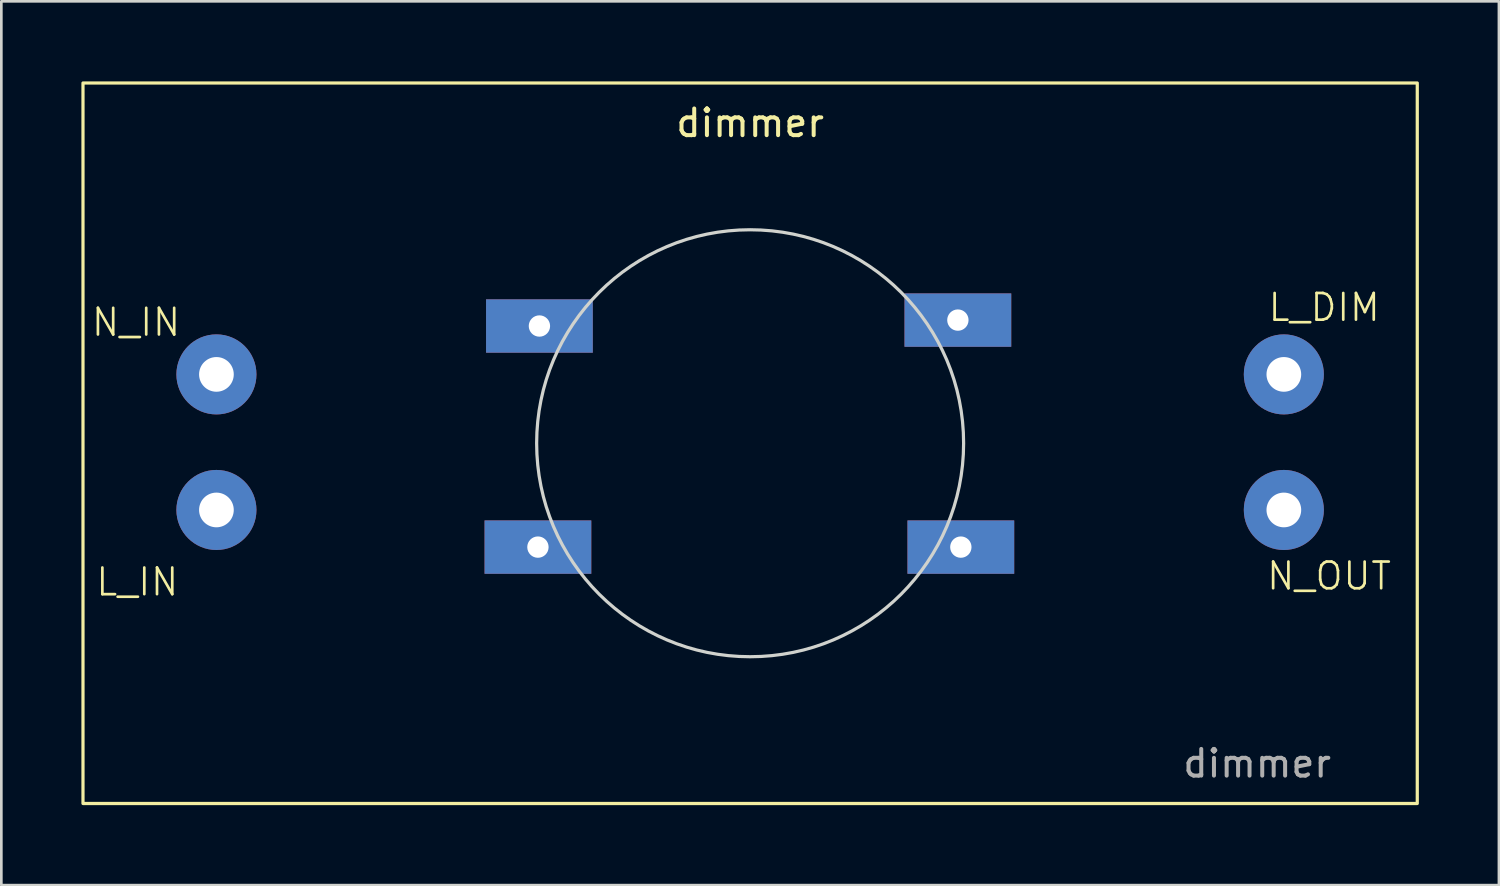
<source format=kicad_pcb>
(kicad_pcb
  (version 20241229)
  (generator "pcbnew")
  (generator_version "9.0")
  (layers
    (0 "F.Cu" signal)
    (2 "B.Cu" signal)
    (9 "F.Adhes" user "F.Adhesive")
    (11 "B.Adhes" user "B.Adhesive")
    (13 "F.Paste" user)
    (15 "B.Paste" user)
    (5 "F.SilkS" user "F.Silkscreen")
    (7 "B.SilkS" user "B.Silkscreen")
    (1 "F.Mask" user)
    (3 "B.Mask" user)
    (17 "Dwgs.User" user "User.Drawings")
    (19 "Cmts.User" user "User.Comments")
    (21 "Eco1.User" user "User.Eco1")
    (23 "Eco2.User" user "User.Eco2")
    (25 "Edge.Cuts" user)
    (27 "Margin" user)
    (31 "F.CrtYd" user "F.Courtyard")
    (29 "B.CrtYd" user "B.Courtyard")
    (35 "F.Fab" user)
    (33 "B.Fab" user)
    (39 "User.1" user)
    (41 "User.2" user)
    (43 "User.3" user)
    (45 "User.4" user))
  (footprint "dimmer"
    (layer "F.Cu")
    (at 25.06 13.56)
    (property "Reference" "dimmer" (at 0 -12 0) (unlocked yes) (layer "F.SilkS") (effects (font (size 1 1) (thickness 0.15))))
    (attr through_hole)
    (fp_rect (start -25 -13.5) (end 25 13.5) (stroke (width 0.12) (type default)) (fill no) (layer "F.SilkS"))
    (fp_circle (center 0 0) (end 0 -8) (stroke (width 0.12) (type default)) (fill no) (layer "Edge.Cuts"))
    (fp_text user "N_OUT" (at 19.295 5.561 0) (unlocked yes) (layer "F.SilkS") (effects (font (size 1 1) (thickness 0.1)) (justify left bottom)))
    (fp_text user "L_DIM" (at 19.351 -4.504 0) (unlocked yes) (layer "F.SilkS") (effects (font (size 1 1) (thickness 0.1)) (justify left bottom)))
    (fp_text user "N_IN" (at -24.744 -3.948 0) (unlocked yes) (layer "F.SilkS") (effects (font (size 1 1) (thickness 0.1)) (justify left bottom)))
    (fp_text user "L_IN" (at -24.578 5.783 0) (unlocked yes) (layer "F.SilkS") (effects (font (size 1 1) (thickness 0.1)) (justify left bottom)))
    (fp_text user "${REFERENCE}" (at 19 12 0) (unlocked yes) (layer "F.Fab") (effects (font (size 1 1) (thickness 0.15))))
    (pad "1" thru_hole circle (at -20 2.5 90) (size 3 3) (drill 1.3) (layers "*.Cu" "*.Mask"))
    (pad "2" thru_hole circle (at -20 -2.58 90) (size 3 3) (drill 1.3) (layers "*.Cu" "*.Mask"))
    (pad "3" thru_hole circle (at 20 -2.58 90) (size 3 3) (drill 1.3) (layers "*.Cu" "*.Mask"))
    (pad "4" thru_hole circle (at 20 2.5 90) (size 3 3) (drill 1.3) (layers "*.Cu" "*.Mask"))
    (pad "5" thru_hole rect (at -7.896 -4.393) (size 4 2) (drill 0.8) (layers "*.Cu" "*.Mask"))
    (pad "5" thru_hole rect (at 7.785 -4.615) (size 4 2) (drill 0.8) (layers "*.Cu" "*.Mask"))
    (pad "6" thru_hole rect (at -7.952 3.892) (size 4 2) (drill 0.8) (layers "*.Cu" "*.Mask"))
    (pad "6" thru_hole rect (at 7.896 3.892) (size 4 2) (drill 0.8) (layers "*.Cu" "*.Mask")))
  (gr_rect
    (start -3 -3)
    (end 53.12 30.12)
    (stroke (width 0.1) (type default))
    (fill no)
    (layer "Edge.Cuts")))
</source>
